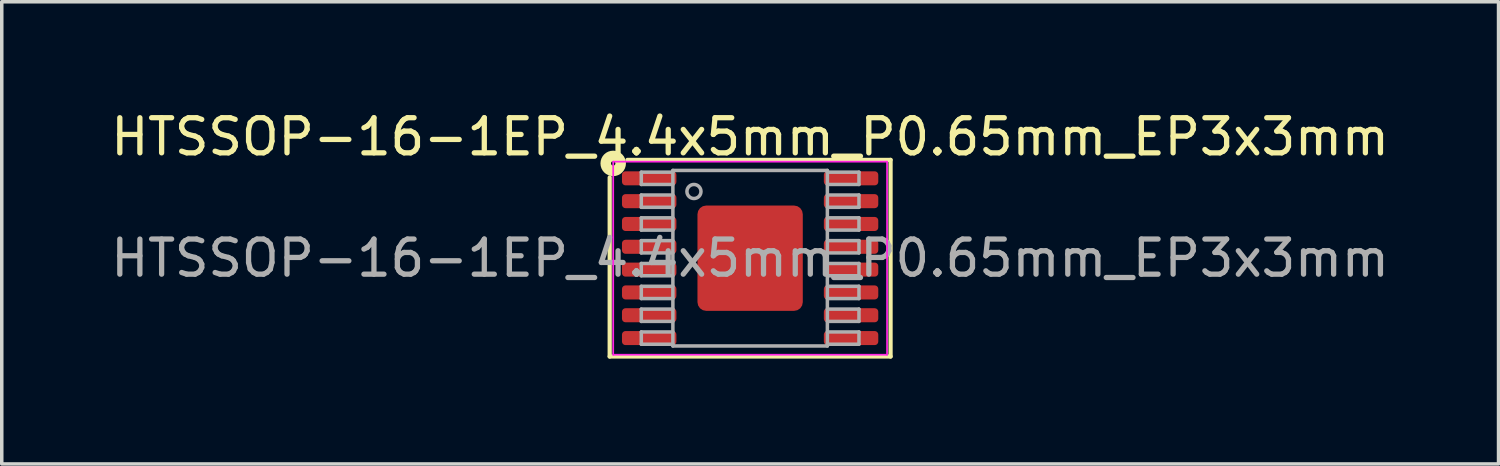
<source format=kicad_pcb>
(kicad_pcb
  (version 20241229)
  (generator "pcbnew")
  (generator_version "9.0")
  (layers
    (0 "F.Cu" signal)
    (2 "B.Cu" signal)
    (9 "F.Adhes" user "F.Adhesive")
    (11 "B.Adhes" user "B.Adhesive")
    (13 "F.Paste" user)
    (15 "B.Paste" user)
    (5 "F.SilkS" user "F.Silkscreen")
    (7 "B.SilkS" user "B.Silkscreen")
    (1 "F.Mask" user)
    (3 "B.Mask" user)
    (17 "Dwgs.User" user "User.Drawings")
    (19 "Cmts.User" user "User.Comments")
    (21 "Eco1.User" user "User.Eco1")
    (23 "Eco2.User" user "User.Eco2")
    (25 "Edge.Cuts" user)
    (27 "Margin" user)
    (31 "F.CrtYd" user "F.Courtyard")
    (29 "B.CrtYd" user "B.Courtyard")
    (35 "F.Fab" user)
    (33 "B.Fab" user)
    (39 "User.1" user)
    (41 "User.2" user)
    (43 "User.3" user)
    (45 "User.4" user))
  (footprint "HTSSOP-16-1EP_4.4x5mm_P0.65mm_EP3x3mm"
    (layer "F.Cu")
    (at 18.315 4.304)
    (property "Reference" "HTSSOP-16-1EP_4.4x5mm_P0.65mm_EP3x3mm" (at 0 -3.456 0) (layer "F.SilkS") (effects (font (size 1 1) (thickness 0.15))))
    (attr smd)
    (fp_line (start -4 2.8) (end -4 -2.3) (stroke (width 0.12) (type solid)) (layer "F.SilkS"))
    (fp_line (start -3.493 -2.8) (end 4 -2.8) (stroke (width 0.12) (type solid)) (layer "F.SilkS"))
    (fp_line (start 4 -2.8) (end 4 2.8) (stroke (width 0.12) (type solid)) (layer "F.SilkS"))
    (fp_line (start 4 2.8) (end -4 2.8) (stroke (width 0.12) (type solid)) (layer "F.SilkS"))
    (fp_circle (center -3.9 -2.7) (end -3.837 -2.7) (stroke (width 0.3) (type solid)) (fill no) (layer "F.SilkS"))
    (fp_line (start -3.9 -2.75) (end -3.9 2.75) (stroke (width 0.05) (type solid)) (layer "F.CrtYd"))
    (fp_line (start -3.9 2.75) (end 3.9 2.75) (stroke (width 0.05) (type solid)) (layer "F.CrtYd"))
    (fp_line (start 3.9 -2.75) (end -3.9 -2.75) (stroke (width 0.05) (type solid)) (layer "F.CrtYd"))
    (fp_line (start 3.9 2.75) (end 3.9 -2.75) (stroke (width 0.05) (type solid)) (layer "F.CrtYd"))
    (fp_line (start -3.1 -2.45) (end -3.1 -2.1) (stroke (width 0.1) (type solid)) (layer "F.Fab"))
    (fp_line (start -3.1 -2.45) (end -2.2 -2.45) (stroke (width 0.1) (type solid)) (layer "F.Fab"))
    (fp_line (start -3.1 -2.1) (end -2.2 -2.1) (stroke (width 0.1) (type solid)) (layer "F.Fab"))
    (fp_line (start -3.1 -1.8) (end -3.1 -1.45) (stroke (width 0.1) (type solid)) (layer "F.Fab"))
    (fp_line (start -3.1 -1.8) (end -2.2 -1.8) (stroke (width 0.1) (type solid)) (layer "F.Fab"))
    (fp_line (start -3.1 -1.45) (end -2.2 -1.45) (stroke (width 0.1) (type solid)) (layer "F.Fab"))
    (fp_line (start -3.1 -1.15) (end -3.1 -0.8) (stroke (width 0.1) (type solid)) (layer "F.Fab"))
    (fp_line (start -3.1 -1.15) (end -2.2 -1.15) (stroke (width 0.1) (type solid)) (layer "F.Fab"))
    (fp_line (start -3.1 -0.8) (end -2.2 -0.8) (stroke (width 0.1) (type solid)) (layer "F.Fab"))
    (fp_line (start -3.1 -0.5) (end -3.1 -0.15) (stroke (width 0.1) (type solid)) (layer "F.Fab"))
    (fp_line (start -3.1 -0.5) (end -2.2 -0.5) (stroke (width 0.1) (type solid)) (layer "F.Fab"))
    (fp_line (start -3.1 -0.15) (end -2.2 -0.15) (stroke (width 0.1) (type solid)) (layer "F.Fab"))
    (fp_line (start -3.1 0.15) (end -3.1 0.5) (stroke (width 0.1) (type solid)) (layer "F.Fab"))
    (fp_line (start -3.1 0.15) (end -2.2 0.15) (stroke (width 0.1) (type solid)) (layer "F.Fab"))
    (fp_line (start -3.1 0.5) (end -2.2 0.5) (stroke (width 0.1) (type solid)) (layer "F.Fab"))
    (fp_line (start -3.1 0.8) (end -3.1 1.15) (stroke (width 0.1) (type solid)) (layer "F.Fab"))
    (fp_line (start -3.1 0.8) (end -2.2 0.8) (stroke (width 0.1) (type solid)) (layer "F.Fab"))
    (fp_line (start -3.1 1.15) (end -2.2 1.15) (stroke (width 0.1) (type solid)) (layer "F.Fab"))
    (fp_line (start -3.1 1.45) (end -3.1 1.8) (stroke (width 0.1) (type solid)) (layer "F.Fab"))
    (fp_line (start -3.1 1.45) (end -2.2 1.45) (stroke (width 0.1) (type solid)) (layer "F.Fab"))
    (fp_line (start -3.1 1.8) (end -2.2 1.8) (stroke (width 0.1) (type solid)) (layer "F.Fab"))
    (fp_line (start -3.1 2.1) (end -3.1 2.45) (stroke (width 0.1) (type solid)) (layer "F.Fab"))
    (fp_line (start -3.1 2.1) (end -2.2 2.1) (stroke (width 0.1) (type solid)) (layer "F.Fab"))
    (fp_line (start -3.1 2.45) (end -2.2 2.45) (stroke (width 0.1) (type solid)) (layer "F.Fab"))
    (fp_line (start -2.2 -2.5) (end 2.2 -2.5) (stroke (width 0.1) (type solid)) (layer "F.Fab"))
    (fp_line (start -2.2 2.5) (end -2.2 -2.5) (stroke (width 0.1) (type solid)) (layer "F.Fab"))
    (fp_line (start 2.2 -2.5) (end 2.2 2.5) (stroke (width 0.1) (type solid)) (layer "F.Fab"))
    (fp_line (start 2.2 2.5) (end -2.2 2.5) (stroke (width 0.1) (type solid)) (layer "F.Fab"))
    (fp_line (start 3.1 -2.45) (end 2.2 -2.45) (stroke (width 0.1) (type solid)) (layer "F.Fab"))
    (fp_line (start 3.1 -2.1) (end 2.2 -2.1) (stroke (width 0.1) (type solid)) (layer "F.Fab"))
    (fp_line (start 3.1 -2.1) (end 3.1 -2.45) (stroke (width 0.1) (type solid)) (layer "F.Fab"))
    (fp_line (start 3.1 -1.8) (end 2.2 -1.8) (stroke (width 0.1) (type solid)) (layer "F.Fab"))
    (fp_line (start 3.1 -1.45) (end 2.2 -1.45) (stroke (width 0.1) (type solid)) (layer "F.Fab"))
    (fp_line (start 3.1 -1.45) (end 3.1 -1.8) (stroke (width 0.1) (type solid)) (layer "F.Fab"))
    (fp_line (start 3.1 -1.15) (end 2.2 -1.15) (stroke (width 0.1) (type solid)) (layer "F.Fab"))
    (fp_line (start 3.1 -0.8) (end 2.2 -0.8) (stroke (width 0.1) (type solid)) (layer "F.Fab"))
    (fp_line (start 3.1 -0.8) (end 3.1 -1.15) (stroke (width 0.1) (type solid)) (layer "F.Fab"))
    (fp_line (start 3.1 -0.5) (end 2.2 -0.5) (stroke (width 0.1) (type solid)) (layer "F.Fab"))
    (fp_line (start 3.1 -0.15) (end 2.2 -0.15) (stroke (width 0.1) (type solid)) (layer "F.Fab"))
    (fp_line (start 3.1 -0.15) (end 3.1 -0.5) (stroke (width 0.1) (type solid)) (layer "F.Fab"))
    (fp_line (start 3.1 0.15) (end 2.2 0.15) (stroke (width 0.1) (type solid)) (layer "F.Fab"))
    (fp_line (start 3.1 0.5) (end 2.2 0.5) (stroke (width 0.1) (type solid)) (layer "F.Fab"))
    (fp_line (start 3.1 0.5) (end 3.1 0.15) (stroke (width 0.1) (type solid)) (layer "F.Fab"))
    (fp_line (start 3.1 0.8) (end 2.2 0.8) (stroke (width 0.1) (type solid)) (layer "F.Fab"))
    (fp_line (start 3.1 1.15) (end 2.2 1.15) (stroke (width 0.1) (type solid)) (layer "F.Fab"))
    (fp_line (start 3.1 1.15) (end 3.1 0.8) (stroke (width 0.1) (type solid)) (layer "F.Fab"))
    (fp_line (start 3.1 1.45) (end 2.2 1.45) (stroke (width 0.1) (type solid)) (layer "F.Fab"))
    (fp_line (start 3.1 1.8) (end 2.2 1.8) (stroke (width 0.1) (type solid)) (layer "F.Fab"))
    (fp_line (start 3.1 1.8) (end 3.1 1.45) (stroke (width 0.1) (type solid)) (layer "F.Fab"))
    (fp_line (start 3.1 2.1) (end 2.2 2.1) (stroke (width 0.1) (type solid)) (layer "F.Fab"))
    (fp_line (start 3.1 2.45) (end 2.2 2.45) (stroke (width 0.1) (type solid)) (layer "F.Fab"))
    (fp_line (start 3.1 2.45) (end 3.1 2.1) (stroke (width 0.1) (type solid)) (layer "F.Fab"))
    (fp_circle (center -1.6 -1.9) (end -1.4 -1.9) (stroke (width 0.1) (type solid)) (fill no) (layer "F.Fab"))
    (fp_text user "${REFERENCE}" (at 0 0 0) (layer "F.Fab") (effects (font (size 1 1) (thickness 0.15))))
    (pad "" smd roundrect (at -0.75 -0.75) (size 1.21 1.21) (layers "F.Paste") (roundrect_rratio 0.207))
    (pad "" smd roundrect (at -0.75 0.75) (size 1.21 1.21) (layers "F.Paste") (roundrect_rratio 0.207))
    (pad "" smd roundrect (at 0.75 -0.75) (size 1.21 1.21) (layers "F.Paste") (roundrect_rratio 0.207))
    (pad "" smd roundrect (at 0.75 0.75) (size 1.21 1.21) (layers "F.Paste") (roundrect_rratio 0.207))
    (pad "1" smd roundrect (at -2.875 -2.275) (size 1.55 0.4) (layers "F.Cu" "F.Mask" "F.Paste") (roundrect_rratio 0.25))
    (pad "2" smd roundrect (at -2.875 -1.625) (size 1.55 0.4) (layers "F.Cu" "F.Mask" "F.Paste") (roundrect_rratio 0.25))
    (pad "3" smd roundrect (at -2.875 -0.975) (size 1.55 0.4) (layers "F.Cu" "F.Mask" "F.Paste") (roundrect_rratio 0.25))
    (pad "4" smd roundrect (at -2.875 -0.325) (size 1.55 0.4) (layers "F.Cu" "F.Mask" "F.Paste") (roundrect_rratio 0.25))
    (pad "5" smd roundrect (at -2.875 0.325) (size 1.55 0.4) (layers "F.Cu" "F.Mask" "F.Paste") (roundrect_rratio 0.25))
    (pad "6" smd roundrect (at -2.875 0.975) (size 1.55 0.4) (layers "F.Cu" "F.Mask" "F.Paste") (roundrect_rratio 0.25))
    (pad "7" smd roundrect (at -2.875 1.625) (size 1.55 0.4) (layers "F.Cu" "F.Mask" "F.Paste") (roundrect_rratio 0.25))
    (pad "8" smd roundrect (at -2.875 2.275) (size 1.55 0.4) (layers "F.Cu" "F.Mask" "F.Paste") (roundrect_rratio 0.25))
    (pad "9" smd roundrect (at 2.875 2.275) (size 1.55 0.4) (layers "F.Cu" "F.Mask" "F.Paste") (roundrect_rratio 0.25))
    (pad "10" smd roundrect (at 2.875 1.625) (size 1.55 0.4) (layers "F.Cu" "F.Mask" "F.Paste") (roundrect_rratio 0.25))
    (pad "11" smd roundrect (at 2.875 0.975) (size 1.55 0.4) (layers "F.Cu" "F.Mask" "F.Paste") (roundrect_rratio 0.25))
    (pad "12" smd roundrect (at 2.875 0.325) (size 1.55 0.4) (layers "F.Cu" "F.Mask" "F.Paste") (roundrect_rratio 0.25))
    (pad "13" smd roundrect (at 2.875 -0.325) (size 1.55 0.4) (layers "F.Cu" "F.Mask" "F.Paste") (roundrect_rratio 0.25))
    (pad "14" smd roundrect (at 2.875 -0.975) (size 1.55 0.4) (layers "F.Cu" "F.Mask" "F.Paste") (roundrect_rratio 0.25))
    (pad "15" smd roundrect (at 2.875 -1.625) (size 1.55 0.4) (layers "F.Cu" "F.Mask" "F.Paste") (roundrect_rratio 0.25))
    (pad "16" smd roundrect (at 2.875 -2.275) (size 1.55 0.4) (layers "F.Cu" "F.Mask" "F.Paste") (roundrect_rratio 0.25))
    (pad "17" smd roundrect (at 0 0) (size 3 3) (layers "F.Cu" "F.Mask") (roundrect_rratio 0.083)))
  (gr_rect
    (start -3 -3)
    (end 39.631 10.164)
    (stroke (width 0.1) (type default))
    (fill no)
    (layer "Edge.Cuts")))
</source>
